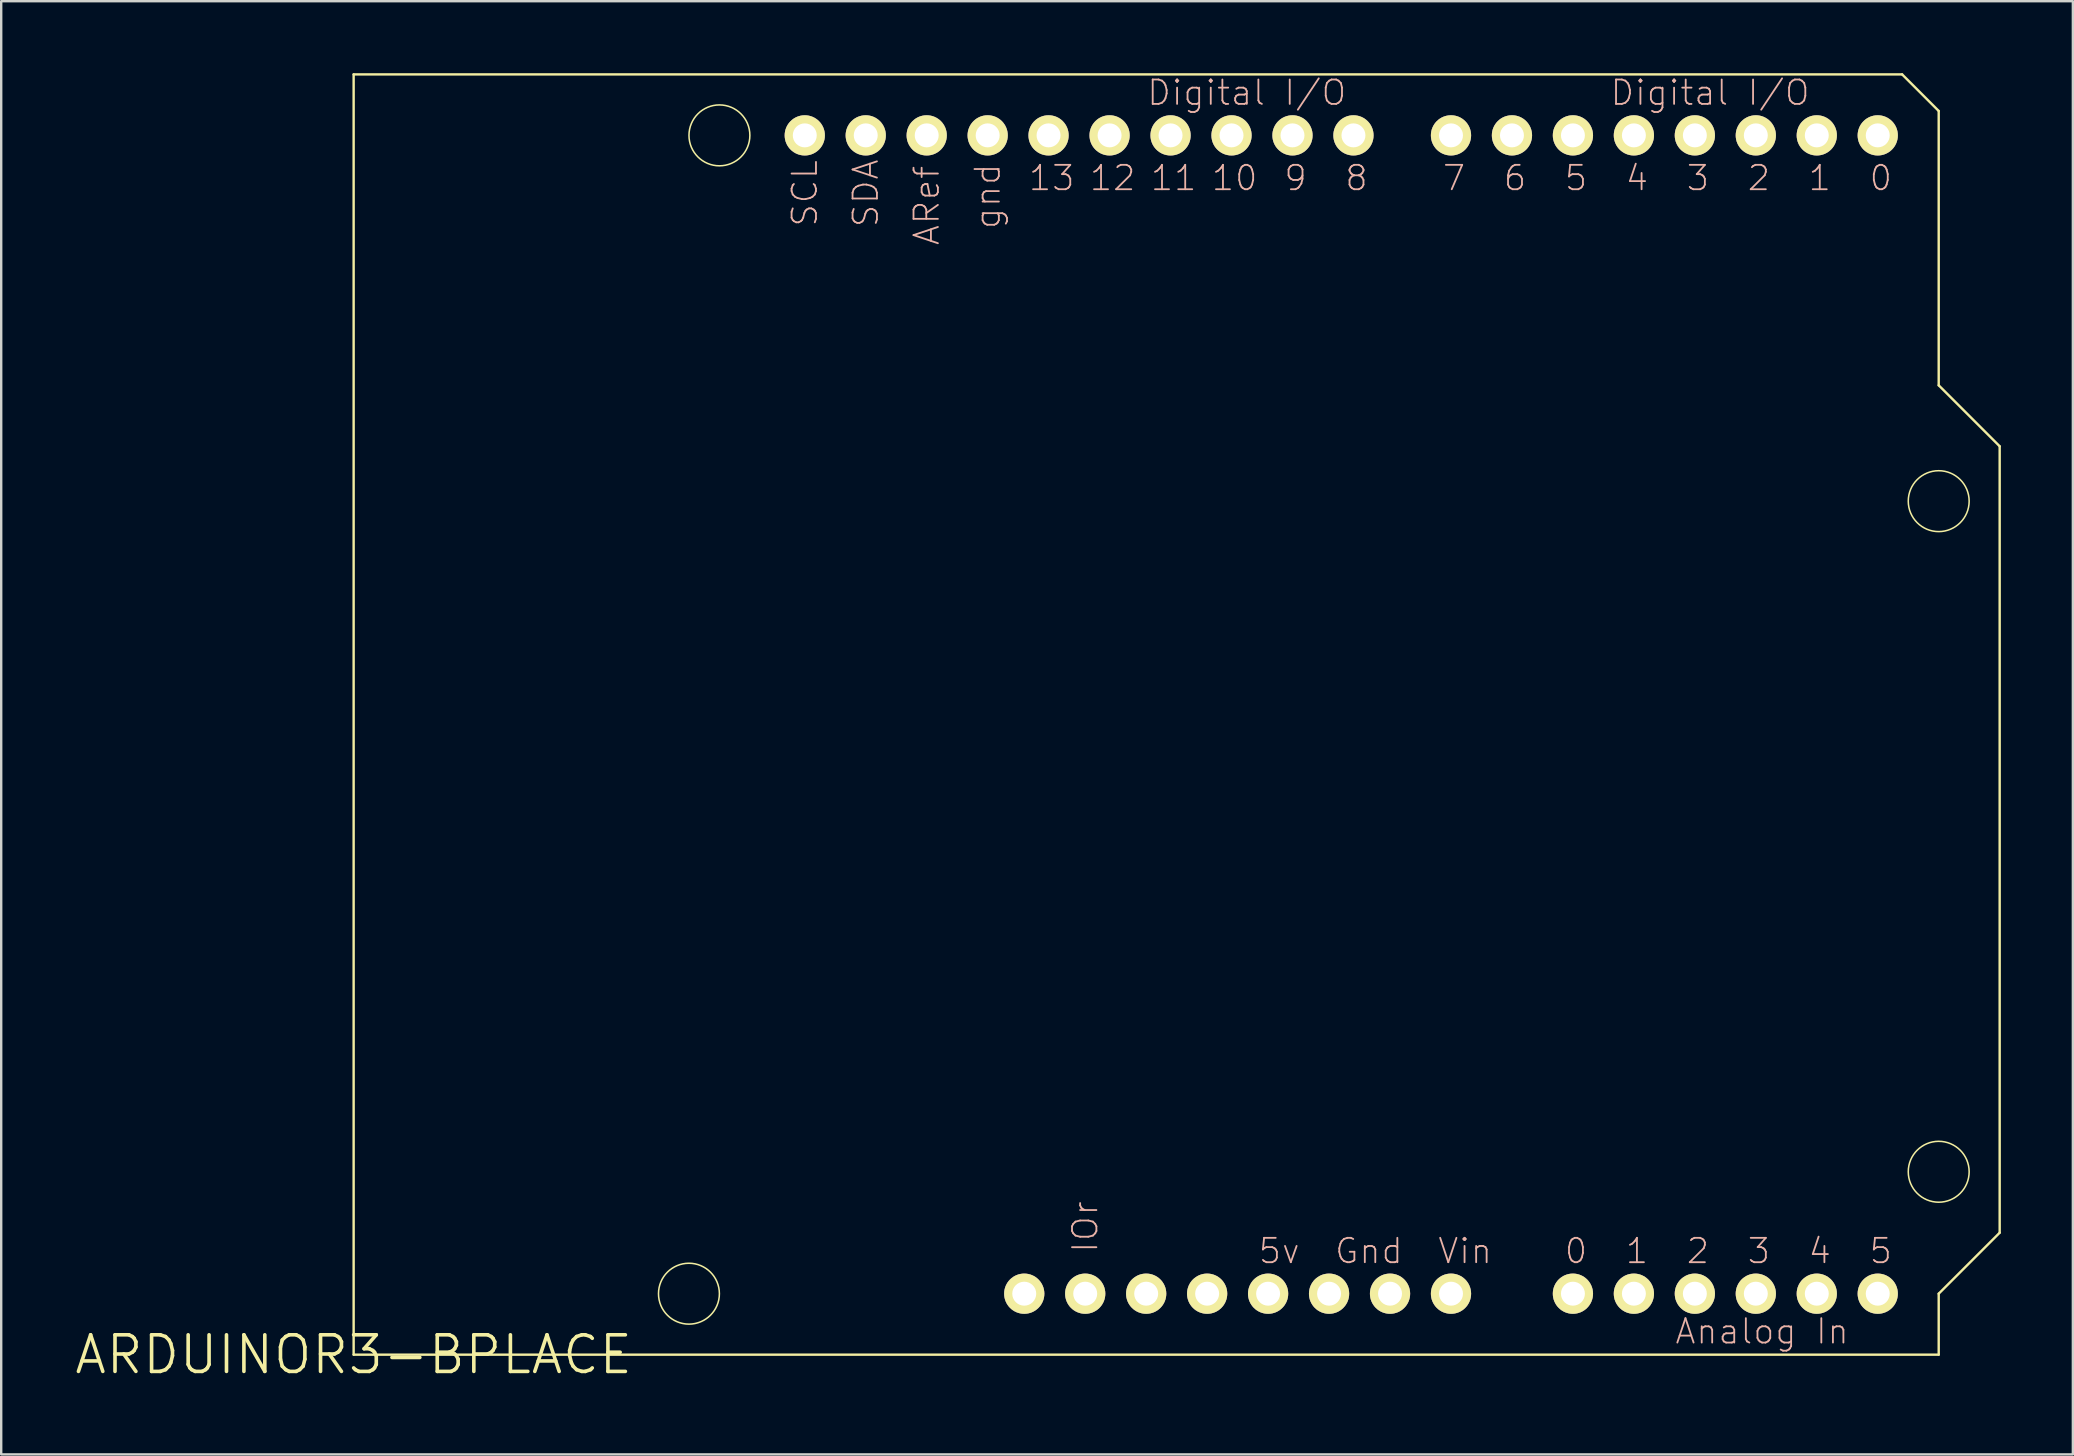
<source format=kicad_pcb>
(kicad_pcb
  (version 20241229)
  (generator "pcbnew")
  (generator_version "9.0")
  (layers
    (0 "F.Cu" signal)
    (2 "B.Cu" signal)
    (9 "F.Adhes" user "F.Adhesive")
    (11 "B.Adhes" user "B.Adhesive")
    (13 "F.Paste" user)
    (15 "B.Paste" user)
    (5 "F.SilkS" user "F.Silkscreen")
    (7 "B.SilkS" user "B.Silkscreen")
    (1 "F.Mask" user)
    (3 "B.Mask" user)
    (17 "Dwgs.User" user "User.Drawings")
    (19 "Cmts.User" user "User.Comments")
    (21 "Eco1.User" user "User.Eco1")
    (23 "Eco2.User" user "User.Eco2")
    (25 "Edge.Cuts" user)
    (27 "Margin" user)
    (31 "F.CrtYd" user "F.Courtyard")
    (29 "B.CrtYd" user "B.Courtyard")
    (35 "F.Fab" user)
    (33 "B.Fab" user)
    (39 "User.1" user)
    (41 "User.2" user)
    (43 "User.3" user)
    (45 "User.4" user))
  (footprint "ARDUINOR3-BPLACE"
    (layer "F.Cu")
    (at 11.684 53.39)
    (property "Reference" "ARDUINOR3-BPLACE" (at 0 0 0) (layer "F.SilkS") (effects (font (size 1.524 1.524) (thickness 0.15))))
    (attr exclude_from_pos_files exclude_from_bom)
    (fp_line (start 0 -53.34) (end 0 0) (stroke (width 0.1) (type solid)) (layer "F.SilkS"))
    (fp_line (start 0 0) (end 66.04 0) (stroke (width 0.1) (type solid)) (layer "F.SilkS"))
    (fp_line (start 64.516 -53.34) (end 0 -53.34) (stroke (width 0.1) (type solid)) (layer "F.SilkS"))
    (fp_line (start 66.04 -51.816) (end 64.516 -53.34) (stroke (width 0.1) (type solid)) (layer "F.SilkS"))
    (fp_line (start 66.04 -40.386) (end 66.04 -51.816) (stroke (width 0.1) (type solid)) (layer "F.SilkS"))
    (fp_line (start 66.04 -2.54) (end 68.58 -5.08) (stroke (width 0.1) (type solid)) (layer "F.SilkS"))
    (fp_line (start 66.04 0) (end 66.04 -2.54) (stroke (width 0.1) (type solid)) (layer "F.SilkS"))
    (fp_line (start 68.58 -37.846) (end 66.04 -40.386) (stroke (width 0.1) (type solid)) (layer "F.SilkS"))
    (fp_line (start 68.58 -5.08) (end 68.58 -37.846) (stroke (width 0.1) (type solid)) (layer "F.SilkS"))
    (fp_circle (center 13.97 -2.54) (end 14.867 -3.437) (stroke (width 0.064) (type solid)) (fill no) (layer "F.SilkS"))
    (fp_circle (center 15.24 -50.8) (end 16.137 -51.697) (stroke (width 0.064) (type solid)) (fill no) (layer "F.SilkS"))
    (fp_circle (center 66.04 -35.56) (end 66.937 -36.457) (stroke (width 0.064) (type solid)) (fill no) (layer "F.SilkS"))
    (fp_circle (center 66.04 -7.62) (end 66.937 -8.517) (stroke (width 0.064) (type solid)) (fill no) (layer "F.SilkS"))
    (fp_text user "1" (at 53.467 -4.318 0) (layer "B.SilkS") (effects (font (size 1.016 1.016) (thickness 0.076))))
    (fp_text user "5v" (at 38.562 -4.318 0) (layer "B.SilkS") (effects (font (size 1.016 1.016) (thickness 0.076))))
    (fp_text user "11" (at 34.163 -49.022 180) (layer "B.SilkS") (effects (font (size 1.016 1.016) (thickness 0.076))))
    (fp_text user "0" (at 63.627 -49.022 180) (layer "B.SilkS") (effects (font (size 1.016 1.016) (thickness 0.076))))
    (fp_text user "4" (at 61.084 -4.318 0) (layer "B.SilkS") (effects (font (size 1.016 1.016) (thickness 0.076))))
    (fp_text user "3" (at 58.547 -4.318 0) (layer "B.SilkS") (effects (font (size 1.016 1.016) (thickness 0.076))))
    (fp_text user "SCL" (at 18.796 -48.387 270) (layer "B.SilkS") (effects (font (size 1.016 1.016) (thickness 0.076))))
    (fp_text user "6" (at 48.387 -49.022 180) (layer "B.SilkS") (effects (font (size 1.016 1.016) (thickness 0.076))))
    (fp_text user "9" (at 39.243 -49.022 180) (layer "B.SilkS") (effects (font (size 1.016 1.016) (thickness 0.076))))
    (fp_text user "13" (at 29.083 -49.022 180) (layer "B.SilkS") (effects (font (size 1.016 1.016) (thickness 0.076))))
    (fp_text user "SDA" (at 21.336 -48.387 270) (layer "B.SilkS") (effects (font (size 1.016 1.016) (thickness 0.076))))
    (fp_text user "Vin" (at 46.309 -4.318 0) (layer "B.SilkS") (effects (font (size 1.016 1.016) (thickness 0.076))))
    (fp_text user "Digital I/O" (at 37.211 -52.578 0) (layer "B.SilkS") (effects (font (size 1.016 1.016) (thickness 0.076))))
    (fp_text user "IOr" (at 30.48 -5.324 90) (layer "B.SilkS") (effects (font (size 1.016 1.016) (thickness 0.076))))
    (fp_text user "Digital I/O" (at 56.515 -52.578 0) (layer "B.SilkS") (effects (font (size 1.016 1.016) (thickness 0.076))))
    (fp_text user "Analog In" (at 58.682 -0.97 0) (layer "B.SilkS") (effects (font (size 1.016 1.016) (thickness 0.076))))
    (fp_text user "5" (at 63.627 -4.318 0) (layer "B.SilkS") (effects (font (size 1.016 1.016) (thickness 0.076))))
    (fp_text user "Gnd" (at 42.299 -4.318 0) (layer "B.SilkS") (effects (font (size 1.016 1.016) (thickness 0.076))))
    (fp_text user "10" (at 36.703 -49.022 180) (layer "B.SilkS") (effects (font (size 1.016 1.016) (thickness 0.076))))
    (fp_text user "12" (at 31.623 -49.022 180) (layer "B.SilkS") (effects (font (size 1.016 1.016) (thickness 0.076))))
    (fp_text user "0" (at 50.927 -4.318 0) (layer "B.SilkS") (effects (font (size 1.016 1.016) (thickness 0.076))))
    (fp_text user "1" (at 61.084 -49.022 180) (layer "B.SilkS") (effects (font (size 1.016 1.016) (thickness 0.076))))
    (fp_text user "2" (at 58.547 -49.022 180) (layer "B.SilkS") (effects (font (size 1.016 1.016) (thickness 0.076))))
    (fp_text user "7" (at 45.847 -49.022 180) (layer "B.SilkS") (effects (font (size 1.016 1.016) (thickness 0.076))))
    (fp_text user "8" (at 41.783 -49.022 180) (layer "B.SilkS") (effects (font (size 1.016 1.016) (thickness 0.076))))
    (fp_text user "5" (at 50.927 -49.022 180) (layer "B.SilkS") (effects (font (size 1.016 1.016) (thickness 0.076))))
    (fp_text user "ARef" (at 23.876 -47.879 270) (layer "B.SilkS") (effects (font (size 1.016 1.016) (thickness 0.076))))
    (fp_text user "4" (at 53.467 -49.022 180) (layer "B.SilkS") (effects (font (size 1.016 1.016) (thickness 0.076))))
    (fp_text user "3" (at 56.007 -49.022 180) (layer "B.SilkS") (effects (font (size 1.016 1.016) (thickness 0.076))))
    (fp_text user "gnd" (at 26.416 -48.26 270) (layer "B.SilkS") (effects (font (size 1.016 1.016) (thickness 0.076))))
    (fp_text user "2" (at 56.007 -4.318 0) (layer "B.SilkS") (effects (font (size 1.016 1.016) (thickness 0.076))))
    (pad "3V" thru_hole circle (at 35.56 -2.54) (size 1.676 1.676) (drill 0.998) (layers "*.Cu" "F.Mask" "F.SilkS" "F.Paste"))
    (pad "5V" thru_hole circle (at 38.1 -2.54) (size 1.676 1.676) (drill 0.998) (layers "*.Cu" "F.Mask" "F.SilkS" "F.Paste"))
    (pad "A0" thru_hole circle (at 50.8 -2.54) (size 1.676 1.676) (drill 0.998) (layers "*.Cu" "F.Mask" "F.SilkS" "F.Paste"))
    (pad "A1" thru_hole circle (at 53.34 -2.54) (size 1.676 1.676) (drill 0.998) (layers "*.Cu" "F.Mask" "F.SilkS" "F.Paste"))
    (pad "A2" thru_hole circle (at 55.88 -2.54) (size 1.676 1.676) (drill 0.998) (layers "*.Cu" "F.Mask" "F.SilkS" "F.Paste"))
    (pad "A3" thru_hole circle (at 58.42 -2.54) (size 1.676 1.676) (drill 0.998) (layers "*.Cu" "F.Mask" "F.SilkS" "F.Paste"))
    (pad "A4" thru_hole circle (at 60.96 -2.54) (size 1.676 1.676) (drill 0.998) (layers "*.Cu" "F.Mask" "F.SilkS" "F.Paste"))
    (pad "A5" thru_hole circle (at 63.5 -2.54) (size 1.676 1.676) (drill 0.998) (layers "*.Cu" "F.Mask" "F.SilkS" "F.Paste"))
    (pad "AREF" thru_hole circle (at 23.876 -50.8) (size 1.676 1.676) (drill 0.998) (layers "*.Cu" "F.Mask" "F.SilkS" "F.Paste"))
    (pad "D0" thru_hole circle (at 63.5 -50.8) (size 1.676 1.676) (drill 0.998) (layers "*.Cu" "F.Mask" "F.SilkS" "F.Paste"))
    (pad "D1" thru_hole circle (at 60.96 -50.8) (size 1.676 1.676) (drill 0.998) (layers "*.Cu" "F.Mask" "F.SilkS" "F.Paste"))
    (pad "D2" thru_hole circle (at 58.42 -50.8) (size 1.676 1.676) (drill 0.998) (layers "*.Cu" "F.Mask" "F.SilkS" "F.Paste"))
    (pad "D3" thru_hole circle (at 55.88 -50.8) (size 1.676 1.676) (drill 0.998) (layers "*.Cu" "F.Mask" "F.SilkS" "F.Paste"))
    (pad "D4" thru_hole circle (at 53.34 -50.8) (size 1.676 1.676) (drill 0.998) (layers "*.Cu" "F.Mask" "F.SilkS" "F.Paste"))
    (pad "D5" thru_hole circle (at 50.8 -50.8) (size 1.676 1.676) (drill 0.998) (layers "*.Cu" "F.Mask" "F.SilkS" "F.Paste"))
    (pad "D6" thru_hole circle (at 48.26 -50.8) (size 1.676 1.676) (drill 0.998) (layers "*.Cu" "F.Mask" "F.SilkS" "F.Paste"))
    (pad "D7" thru_hole circle (at 45.72 -50.8) (size 1.676 1.676) (drill 0.998) (layers "*.Cu" "F.Mask" "F.SilkS" "F.Paste"))
    (pad "D8" thru_hole circle (at 41.656 -50.8) (size 1.676 1.676) (drill 0.998) (layers "*.Cu" "F.Mask" "F.SilkS" "F.Paste"))
    (pad "D9" thru_hole circle (at 39.116 -50.8) (size 1.676 1.676) (drill 0.998) (layers "*.Cu" "F.Mask" "F.SilkS" "F.Paste"))
    (pad "D10" thru_hole circle (at 36.576 -50.8) (size 1.676 1.676) (drill 0.998) (layers "*.Cu" "F.Mask" "F.SilkS" "F.Paste"))
    (pad "D11" thru_hole circle (at 34.036 -50.8) (size 1.676 1.676) (drill 0.998) (layers "*.Cu" "F.Mask" "F.SilkS" "F.Paste"))
    (pad "D12" thru_hole circle (at 31.496 -50.8) (size 1.676 1.676) (drill 0.998) (layers "*.Cu" "F.Mask" "F.SilkS" "F.Paste"))
    (pad "D13" thru_hole circle (at 28.953 -50.8) (size 1.676 1.676) (drill 0.998) (layers "*.Cu" "F.Mask" "F.SilkS" "F.Paste"))
    (pad "GND" thru_hole circle (at 26.416 -50.8) (size 1.676 1.676) (drill 0.998) (layers "*.Cu" "F.Mask" "F.SilkS" "F.Paste"))
    (pad "GND1" thru_hole circle (at 43.18 -2.54) (size 1.676 1.676) (drill 0.998) (layers "*.Cu" "F.Mask" "F.SilkS" "F.Paste"))
    (pad "GND2" thru_hole circle (at 40.64 -2.54) (size 1.676 1.676) (drill 0.998) (layers "*.Cu" "F.Mask" "F.SilkS" "F.Paste"))
    (pad "IORE" thru_hole circle (at 30.48 -2.54) (size 1.676 1.676) (drill 0.998) (layers "*.Cu" "F.Mask" "F.SilkS" "F.Paste"))
    (pad "RESE" thru_hole circle (at 27.94 -2.54) (size 1.676 1.676) (drill 0.998) (layers "*.Cu" "F.Mask" "F.SilkS" "F.Paste"))
    (pad "RESE" thru_hole circle (at 33.02 -2.54) (size 1.676 1.676) (drill 0.998) (layers "*.Cu" "F.Mask" "F.SilkS" "F.Paste"))
    (pad "SCL" thru_hole circle (at 18.796 -50.8) (size 1.676 1.676) (drill 0.998) (layers "*.Cu" "F.Mask" "F.SilkS" "F.Paste"))
    (pad "SDA" thru_hole circle (at 21.336 -50.8) (size 1.676 1.676) (drill 0.998) (layers "*.Cu" "F.Mask" "F.SilkS" "F.Paste"))
    (pad "VIN" thru_hole circle (at 45.72 -2.54) (size 1.676 1.676) (drill 0.998) (layers "*.Cu" "F.Mask" "F.SilkS" "F.Paste")))
  (gr_rect
    (start -3 -3)
    (end 83.314 57.545)
    (stroke (width 0.1) (type default))
    (fill no)
    (layer "Edge.Cuts")))
</source>
